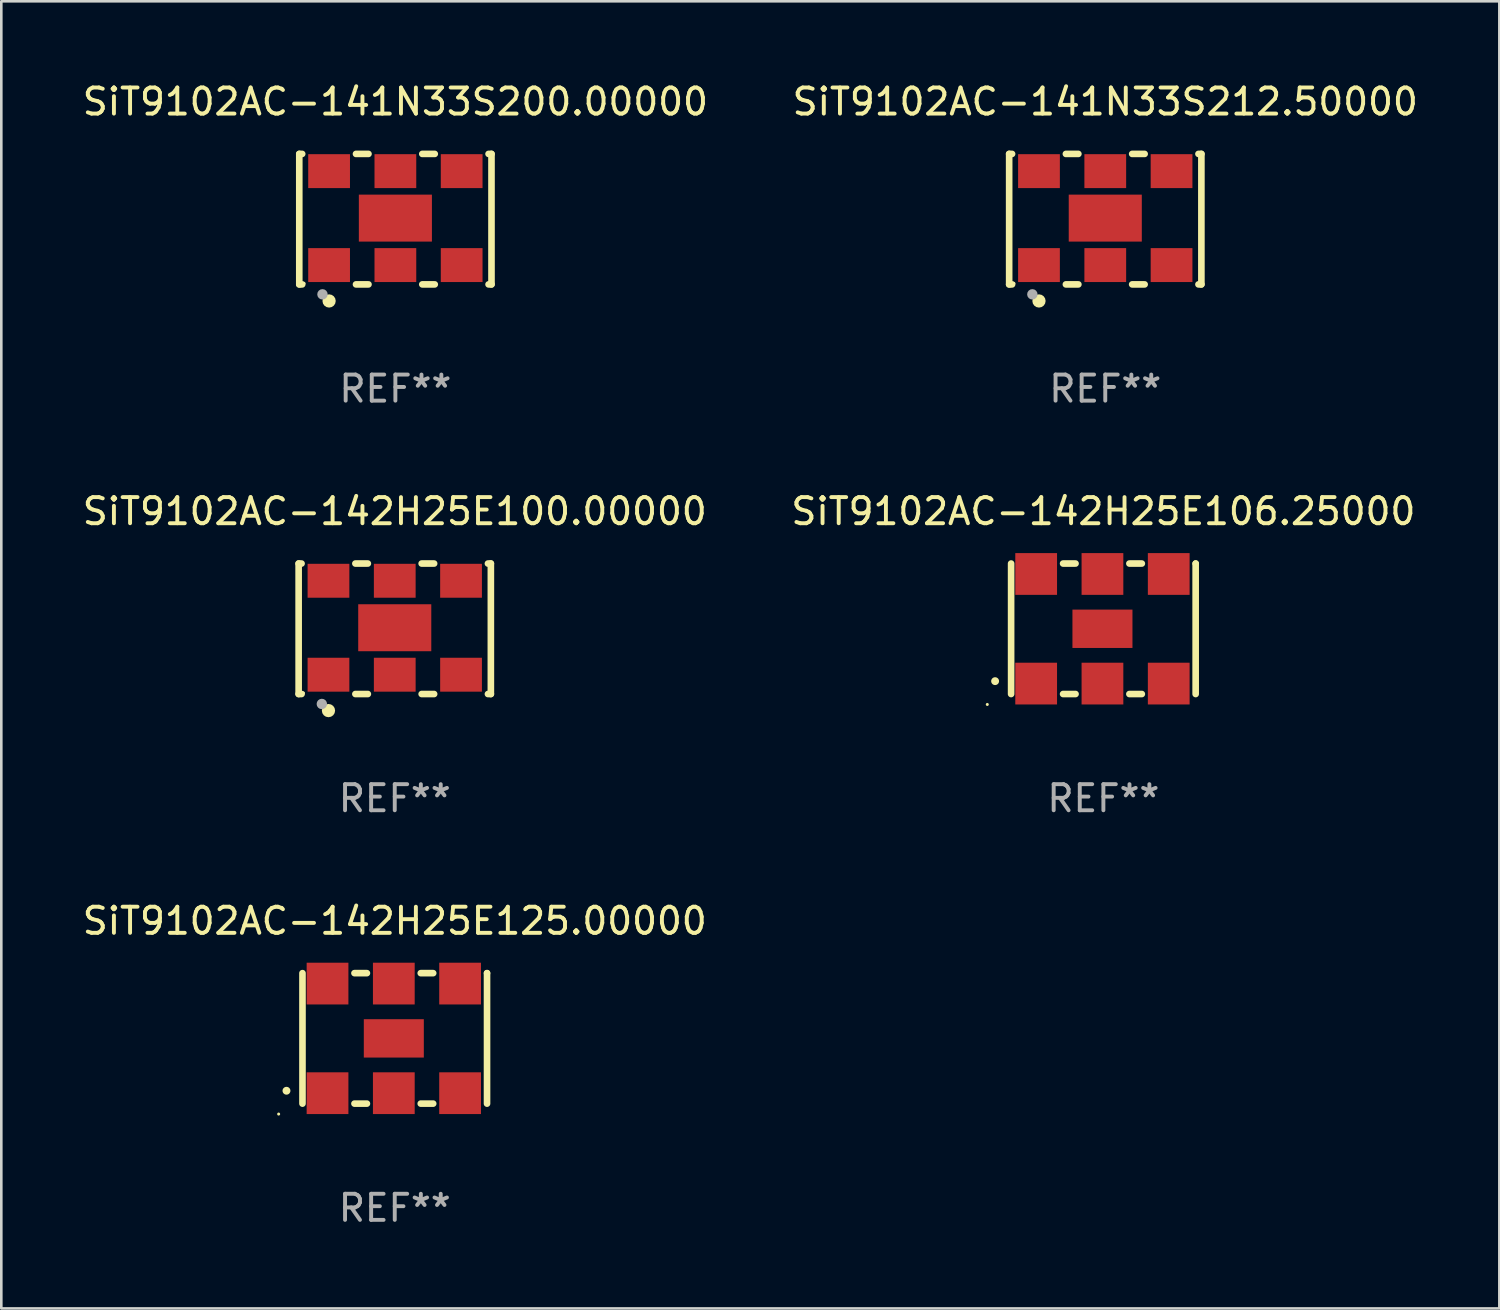
<source format=kicad_pcb>
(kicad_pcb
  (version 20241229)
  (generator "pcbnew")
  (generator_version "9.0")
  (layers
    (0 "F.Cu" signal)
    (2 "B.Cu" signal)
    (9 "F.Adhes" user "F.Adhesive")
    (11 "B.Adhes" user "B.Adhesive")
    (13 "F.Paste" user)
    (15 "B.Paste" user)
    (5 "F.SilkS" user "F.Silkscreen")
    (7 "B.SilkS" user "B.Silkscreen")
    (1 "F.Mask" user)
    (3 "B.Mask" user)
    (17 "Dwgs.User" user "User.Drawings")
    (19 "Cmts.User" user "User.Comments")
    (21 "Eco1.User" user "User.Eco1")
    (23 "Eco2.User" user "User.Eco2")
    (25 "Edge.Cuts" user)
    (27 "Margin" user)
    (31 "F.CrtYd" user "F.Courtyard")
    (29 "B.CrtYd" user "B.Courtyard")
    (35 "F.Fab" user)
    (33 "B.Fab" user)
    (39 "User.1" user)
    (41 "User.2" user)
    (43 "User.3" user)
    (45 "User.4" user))
  (footprint "SiT9102AC-141N33S200.00000"
    (layer "F.Cu")
    (at 12.101 5.348)
    (property "Reference" "SiT9102AC-141N33S200.00000" (at 0 -4.5 0) (layer "F.SilkS") (effects (font (size 1 1) (thickness 0.15))))
    (attr through_hole)
    (fp_line (start -3.683 -2.5) (end -3.571 -2.5) (stroke (width 0.254) (type solid)) (layer "F.SilkS"))
    (fp_line (start -3.683 2.5) (end -3.683 -2.5) (stroke (width 0.254) (type solid)) (layer "F.SilkS"))
    (fp_line (start -3.683 2.5) (end -3.571 2.5) (stroke (width 0.254) (type solid)) (layer "F.SilkS"))
    (fp_line (start -1.509 -2.5) (end -1.031 -2.5) (stroke (width 0.254) (type solid)) (layer "F.SilkS"))
    (fp_line (start -1.509 2.5) (end -1.031 2.5) (stroke (width 0.254) (type solid)) (layer "F.SilkS"))
    (fp_line (start 1.031 -2.5) (end 1.509 -2.5) (stroke (width 0.254) (type solid)) (layer "F.SilkS"))
    (fp_line (start 1.031 2.5) (end 1.509 2.5) (stroke (width 0.254) (type solid)) (layer "F.SilkS"))
    (fp_line (start 3.571 -2.5) (end 3.683 -2.5) (stroke (width 0.254) (type solid)) (layer "F.SilkS"))
    (fp_line (start 3.571 2.5) (end 3.683 2.5) (stroke (width 0.254) (type solid)) (layer "F.SilkS"))
    (fp_line (start 3.683 2.5) (end 3.683 -2.5) (stroke (width 0.254) (type solid)) (layer "F.SilkS"))
    (fp_circle (center -3.5 2.46) (end -3.47 2.46) (stroke (width 0.06) (type solid)) (fill no) (layer "F.SilkS"))
    (fp_circle (center -2.54 3.135) (end -2.413 3.135) (stroke (width 0.254) (type solid)) (fill no) (layer "F.SilkS"))
    (fp_circle (center -2.794 2.881) (end -2.694 2.881) (stroke (width 0.2) (type solid)) (fill no) (layer "F.Fab"))
    (fp_text user "REF**" (at 0 6.5 0) (layer "F.Fab") (effects (font (size 1 1) (thickness 0.15))))
    (pad "1" smd rect (at -2.54 1.76) (size 1.6 1.3) (layers "F.Cu" "F.Mask" "F.Paste"))
    (pad "2" smd rect (at 0 1.76) (size 1.6 1.3) (layers "F.Cu" "F.Mask" "F.Paste"))
    (pad "3" smd rect (at 2.54 1.76) (size 1.6 1.3) (layers "F.Cu" "F.Mask" "F.Paste"))
    (pad "4" smd rect (at 2.54 -1.84) (size 1.6 1.3) (layers "F.Cu" "F.Mask" "F.Paste"))
    (pad "5" smd rect (at 0 -1.84) (size 1.6 1.3) (layers "F.Cu" "F.Mask" "F.Paste"))
    (pad "6" smd rect (at -2.54 -1.84) (size 1.6 1.3) (layers "F.Cu" "F.Mask" "F.Paste"))
    (pad "7" smd rect (at 0 -0.04) (size 2.8 1.8) (layers "F.Cu" "F.Mask" "F.Paste")))
  (footprint "SiT9102AC-142H25E125.00000"
    (layer "F.Cu")
    (at 12.077 36.741)
    (property "Reference" "SiT9102AC-142H25E125.00000" (at 0 -4.5 0) (layer "F.SilkS") (effects (font (size 1 1) (thickness 0.15))))
    (attr through_hole)
    (fp_line (start -3.536 -2.5) (end -3.536 2.5) (stroke (width 0.254) (type solid)) (layer "F.SilkS"))
    (fp_line (start -1.544 2.5) (end -1.067 2.5) (stroke (width 0.254) (type solid)) (layer "F.SilkS"))
    (fp_line (start -1.067 -2.5) (end -1.544 -2.5) (stroke (width 0.254) (type solid)) (layer "F.SilkS"))
    (fp_line (start 0.996 2.5) (end 1.473 2.5) (stroke (width 0.254) (type solid)) (layer "F.SilkS"))
    (fp_line (start 1.473 -2.5) (end 0.996 -2.5) (stroke (width 0.254) (type solid)) (layer "F.SilkS"))
    (fp_line (start 3.536 -2.5) (end 3.536 -2.5) (stroke (width 0.254) (type solid)) (layer "F.SilkS"))
    (fp_line (start 3.536 2.5) (end 3.536 -2.5) (stroke (width 0.254) (type solid)) (layer "F.SilkS"))
    (fp_arc (start -4.150432 2.006604) (mid -4.149162 2.006599) (end -4.147892 2.006604) (stroke (width 0.3) (type solid)) (layer "F.SilkS"))
    (fp_circle (center -4.449 2.9) (end -4.419 2.9) (stroke (width 0.06) (type solid)) (fill no) (layer "F.SilkS"))
    (fp_text user "REF**" (at 0 6.5 0) (layer "F.Fab") (effects (font (size 1 1) (thickness 0.15))))
    (pad "1" smd rect (at -2.576 2.1) (size 1.6 1.6) (layers "F.Cu" "F.Mask" "F.Paste"))
    (pad "2" smd rect (at -0.036 2.1) (size 1.6 1.6) (layers "F.Cu" "F.Mask" "F.Paste"))
    (pad "3" smd rect (at 2.504 2.1) (size 1.6 1.6) (layers "F.Cu" "F.Mask" "F.Paste"))
    (pad "4" smd rect (at 2.504 -2.1) (size 1.6 1.6) (layers "F.Cu" "F.Mask" "F.Paste"))
    (pad "5" smd rect (at -0.036 -2.1) (size 1.6 1.6) (layers "F.Cu" "F.Mask" "F.Paste"))
    (pad "6" smd rect (at -2.576 -2.1) (size 1.6 1.6) (layers "F.Cu" "F.Mask" "F.Paste"))
    (pad "7" smd rect (at -0.036 0) (size 2.3 1.47) (layers "F.Cu" "F.Mask" "F.Paste")))
  (footprint "SiT9102AC-142H25E100.00000"
    (layer "F.Cu")
    (at 12.077 21.045)
    (property "Reference" "SiT9102AC-142H25E100.00000" (at 0 -4.5 0) (layer "F.SilkS") (effects (font (size 1 1) (thickness 0.15))))
    (attr through_hole)
    (fp_line (start -3.683 -2.5) (end -3.571 -2.5) (stroke (width 0.254) (type solid)) (layer "F.SilkS"))
    (fp_line (start -3.683 2.5) (end -3.683 -2.5) (stroke (width 0.254) (type solid)) (layer "F.SilkS"))
    (fp_line (start -3.683 2.5) (end -3.571 2.5) (stroke (width 0.254) (type solid)) (layer "F.SilkS"))
    (fp_line (start -1.509 -2.5) (end -1.031 -2.5) (stroke (width 0.254) (type solid)) (layer "F.SilkS"))
    (fp_line (start -1.509 2.5) (end -1.031 2.5) (stroke (width 0.254) (type solid)) (layer "F.SilkS"))
    (fp_line (start 1.031 -2.5) (end 1.509 -2.5) (stroke (width 0.254) (type solid)) (layer "F.SilkS"))
    (fp_line (start 1.031 2.5) (end 1.509 2.5) (stroke (width 0.254) (type solid)) (layer "F.SilkS"))
    (fp_line (start 3.571 -2.5) (end 3.683 -2.5) (stroke (width 0.254) (type solid)) (layer "F.SilkS"))
    (fp_line (start 3.571 2.5) (end 3.683 2.5) (stroke (width 0.254) (type solid)) (layer "F.SilkS"))
    (fp_line (start 3.683 2.5) (end 3.683 -2.5) (stroke (width 0.254) (type solid)) (layer "F.SilkS"))
    (fp_circle (center -3.5 2.46) (end -3.47 2.46) (stroke (width 0.06) (type solid)) (fill no) (layer "F.SilkS"))
    (fp_circle (center -2.54 3.135) (end -2.413 3.135) (stroke (width 0.254) (type solid)) (fill no) (layer "F.SilkS"))
    (fp_circle (center -2.794 2.881) (end -2.694 2.881) (stroke (width 0.2) (type solid)) (fill no) (layer "F.Fab"))
    (fp_text user "REF**" (at 0 6.5 0) (layer "F.Fab") (effects (font (size 1 1) (thickness 0.15))))
    (pad "1" smd rect (at -2.54 1.76) (size 1.6 1.3) (layers "F.Cu" "F.Mask" "F.Paste"))
    (pad "2" smd rect (at 0 1.76) (size 1.6 1.3) (layers "F.Cu" "F.Mask" "F.Paste"))
    (pad "3" smd rect (at 2.54 1.76) (size 1.6 1.3) (layers "F.Cu" "F.Mask" "F.Paste"))
    (pad "4" smd rect (at 2.54 -1.84) (size 1.6 1.3) (layers "F.Cu" "F.Mask" "F.Paste"))
    (pad "5" smd rect (at 0 -1.84) (size 1.6 1.3) (layers "F.Cu" "F.Mask" "F.Paste"))
    (pad "6" smd rect (at -2.54 -1.84) (size 1.6 1.3) (layers "F.Cu" "F.Mask" "F.Paste"))
    (pad "7" smd rect (at 0 -0.04) (size 2.8 1.8) (layers "F.Cu" "F.Mask" "F.Paste")))
  (footprint "SiT9102AC-141N33S212.50000"
    (layer "F.Cu")
    (at 39.304 5.348)
    (property "Reference" "SiT9102AC-141N33S212.50000" (at 0 -4.5 0) (layer "F.SilkS") (effects (font (size 1 1) (thickness 0.15))))
    (attr through_hole)
    (fp_line (start -3.683 -2.5) (end -3.571 -2.5) (stroke (width 0.254) (type solid)) (layer "F.SilkS"))
    (fp_line (start -3.683 2.5) (end -3.683 -2.5) (stroke (width 0.254) (type solid)) (layer "F.SilkS"))
    (fp_line (start -3.683 2.5) (end -3.571 2.5) (stroke (width 0.254) (type solid)) (layer "F.SilkS"))
    (fp_line (start -1.509 -2.5) (end -1.031 -2.5) (stroke (width 0.254) (type solid)) (layer "F.SilkS"))
    (fp_line (start -1.509 2.5) (end -1.031 2.5) (stroke (width 0.254) (type solid)) (layer "F.SilkS"))
    (fp_line (start 1.031 -2.5) (end 1.509 -2.5) (stroke (width 0.254) (type solid)) (layer "F.SilkS"))
    (fp_line (start 1.031 2.5) (end 1.509 2.5) (stroke (width 0.254) (type solid)) (layer "F.SilkS"))
    (fp_line (start 3.571 -2.5) (end 3.683 -2.5) (stroke (width 0.254) (type solid)) (layer "F.SilkS"))
    (fp_line (start 3.571 2.5) (end 3.683 2.5) (stroke (width 0.254) (type solid)) (layer "F.SilkS"))
    (fp_line (start 3.683 2.5) (end 3.683 -2.5) (stroke (width 0.254) (type solid)) (layer "F.SilkS"))
    (fp_circle (center -3.5 2.46) (end -3.47 2.46) (stroke (width 0.06) (type solid)) (fill no) (layer "F.SilkS"))
    (fp_circle (center -2.54 3.135) (end -2.413 3.135) (stroke (width 0.254) (type solid)) (fill no) (layer "F.SilkS"))
    (fp_circle (center -2.794 2.881) (end -2.694 2.881) (stroke (width 0.2) (type solid)) (fill no) (layer "F.Fab"))
    (fp_text user "REF**" (at 0 6.5 0) (layer "F.Fab") (effects (font (size 1 1) (thickness 0.15))))
    (pad "1" smd rect (at -2.54 1.76) (size 1.6 1.3) (layers "F.Cu" "F.Mask" "F.Paste"))
    (pad "2" smd rect (at 0 1.76) (size 1.6 1.3) (layers "F.Cu" "F.Mask" "F.Paste"))
    (pad "3" smd rect (at 2.54 1.76) (size 1.6 1.3) (layers "F.Cu" "F.Mask" "F.Paste"))
    (pad "4" smd rect (at 2.54 -1.84) (size 1.6 1.3) (layers "F.Cu" "F.Mask" "F.Paste"))
    (pad "5" smd rect (at 0 -1.84) (size 1.6 1.3) (layers "F.Cu" "F.Mask" "F.Paste"))
    (pad "6" smd rect (at -2.54 -1.84) (size 1.6 1.3) (layers "F.Cu" "F.Mask" "F.Paste"))
    (pad "7" smd rect (at 0 -0.04) (size 2.8 1.8) (layers "F.Cu" "F.Mask" "F.Paste")))
  (footprint "SiT9102AC-142H25E106.25000"
    (layer "F.Cu")
    (at 39.232 21.045)
    (property "Reference" "SiT9102AC-142H25E106.25000" (at 0 -4.5 0) (layer "F.SilkS") (effects (font (size 1 1) (thickness 0.15))))
    (attr through_hole)
    (fp_line (start -3.536 -2.5) (end -3.536 2.5) (stroke (width 0.254) (type solid)) (layer "F.SilkS"))
    (fp_line (start -1.544 2.5) (end -1.067 2.5) (stroke (width 0.254) (type solid)) (layer "F.SilkS"))
    (fp_line (start -1.067 -2.5) (end -1.544 -2.5) (stroke (width 0.254) (type solid)) (layer "F.SilkS"))
    (fp_line (start 0.996 2.5) (end 1.473 2.5) (stroke (width 0.254) (type solid)) (layer "F.SilkS"))
    (fp_line (start 1.473 -2.5) (end 0.996 -2.5) (stroke (width 0.254) (type solid)) (layer "F.SilkS"))
    (fp_line (start 3.536 -2.5) (end 3.536 -2.5) (stroke (width 0.254) (type solid)) (layer "F.SilkS"))
    (fp_line (start 3.536 2.5) (end 3.536 -2.5) (stroke (width 0.254) (type solid)) (layer "F.SilkS"))
    (fp_arc (start -4.150432 2.006604) (mid -4.149162 2.006599) (end -4.147892 2.006604) (stroke (width 0.3) (type solid)) (layer "F.SilkS"))
    (fp_circle (center -4.449 2.9) (end -4.419 2.9) (stroke (width 0.06) (type solid)) (fill no) (layer "F.SilkS"))
    (fp_text user "REF**" (at 0 6.5 0) (layer "F.Fab") (effects (font (size 1 1) (thickness 0.15))))
    (pad "1" smd rect (at -2.576 2.1) (size 1.6 1.6) (layers "F.Cu" "F.Mask" "F.Paste"))
    (pad "2" smd rect (at -0.036 2.1) (size 1.6 1.6) (layers "F.Cu" "F.Mask" "F.Paste"))
    (pad "3" smd rect (at 2.504 2.1) (size 1.6 1.6) (layers "F.Cu" "F.Mask" "F.Paste"))
    (pad "4" smd rect (at 2.504 -2.1) (size 1.6 1.6) (layers "F.Cu" "F.Mask" "F.Paste"))
    (pad "5" smd rect (at -0.036 -2.1) (size 1.6 1.6) (layers "F.Cu" "F.Mask" "F.Paste"))
    (pad "6" smd rect (at -2.576 -2.1) (size 1.6 1.6) (layers "F.Cu" "F.Mask" "F.Paste"))
    (pad "7" smd rect (at -0.036 0) (size 2.3 1.47) (layers "F.Cu" "F.Mask" "F.Paste")))
  (gr_rect
    (start -3 -3)
    (end 54.405 47.09)
    (stroke (width 0.1) (type default))
    (fill no)
    (layer "Edge.Cuts")))
</source>
